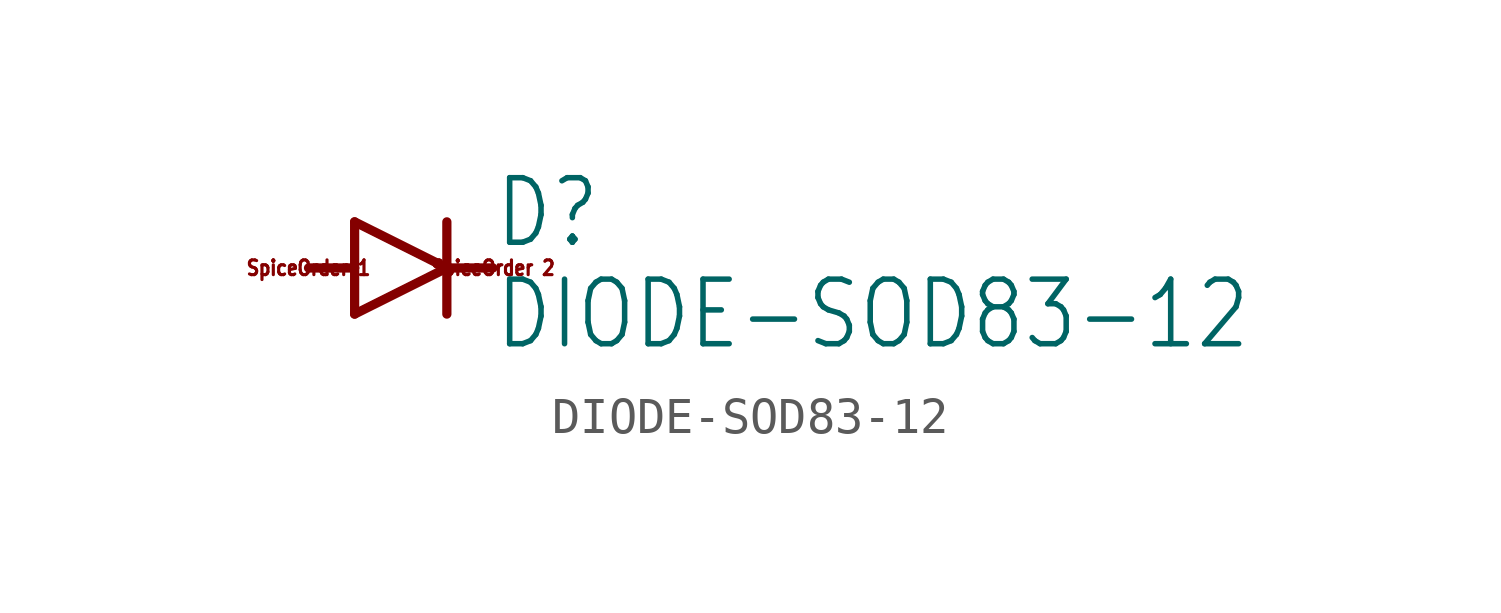
<source format=kicad_sym>
(kicad_symbol_lib
  (version 20211014)
  (generator kicad_symbol_editor)
  (symbol "DIODE-SOD83-12"
    (property "Reference" "D"
      (at 2.54 0.483 0)
      (effects (font (size 1.778 1.511)) (justify left bottom)))
    (property "Value" "DIODE-SOD83-12"
      (at 2.54 -2.311 0)
      (effects (font (size 1.778 1.511)) (justify left bottom)))
    (property "ki_locked" ""
      (at 0 0 0)
      (effects (font (size 1.27 1.27))))
    (symbol "DIODE-SOD83-12_1_0"
      (polyline (pts (xy -1.27 -1.27) (xy 1.27 0)) (stroke (width 0.254) (type default) (color 0 0 0 0)) (fill (type none)))
      (polyline (pts (xy -1.27 0) (xy -2.54 0)) (stroke (width 0.254) (type default) (color 0 0 0 0)) (fill (type none)))
      (polyline (pts (xy -1.27 0) (xy -1.27 -1.27)) (stroke (width 0.254) (type default) (color 0 0 0 0)) (fill (type none)))
      (polyline (pts (xy -1.27 1.27) (xy -1.27 0)) (stroke (width 0.254) (type default) (color 0 0 0 0)) (fill (type none)))
      (polyline (pts (xy 1.27 0) (xy -1.27 1.27)) (stroke (width 0.254) (type default) (color 0 0 0 0)) (fill (type none)))
      (polyline (pts (xy 1.27 0) (xy 1.27 -1.27)) (stroke (width 0.254) (type default) (color 0 0 0 0)) (fill (type none)))
      (polyline (pts (xy 1.27 1.27) (xy 1.27 0)) (stroke (width 0.254) (type default) (color 0 0 0 0)) (fill (type none)))
      (polyline (pts (xy 2.54 0) (xy 1.27 0)) (stroke (width 0.254) (type default) (color 0 0 0 0)) (fill (type none)))
      (text "SpiceOrder 1" (at -2.54 0 0) (effects (font (size 0.406 0.345))))
      (text "SpiceOrder 2" (at 2.54 0 0) (effects (font (size 0.406 0.345))))
      (pin passive line (at -2.54 0 0) (length 0) (name "A" (effects (font (size 0 0)))) (number "A" (effects (font (size 0 0)))))
      (pin passive line (at 2.54 0 180) (length 0) (name "C" (effects (font (size 0 0)))) (number "C" (effects (font (size 0 0))))))))
</source>
